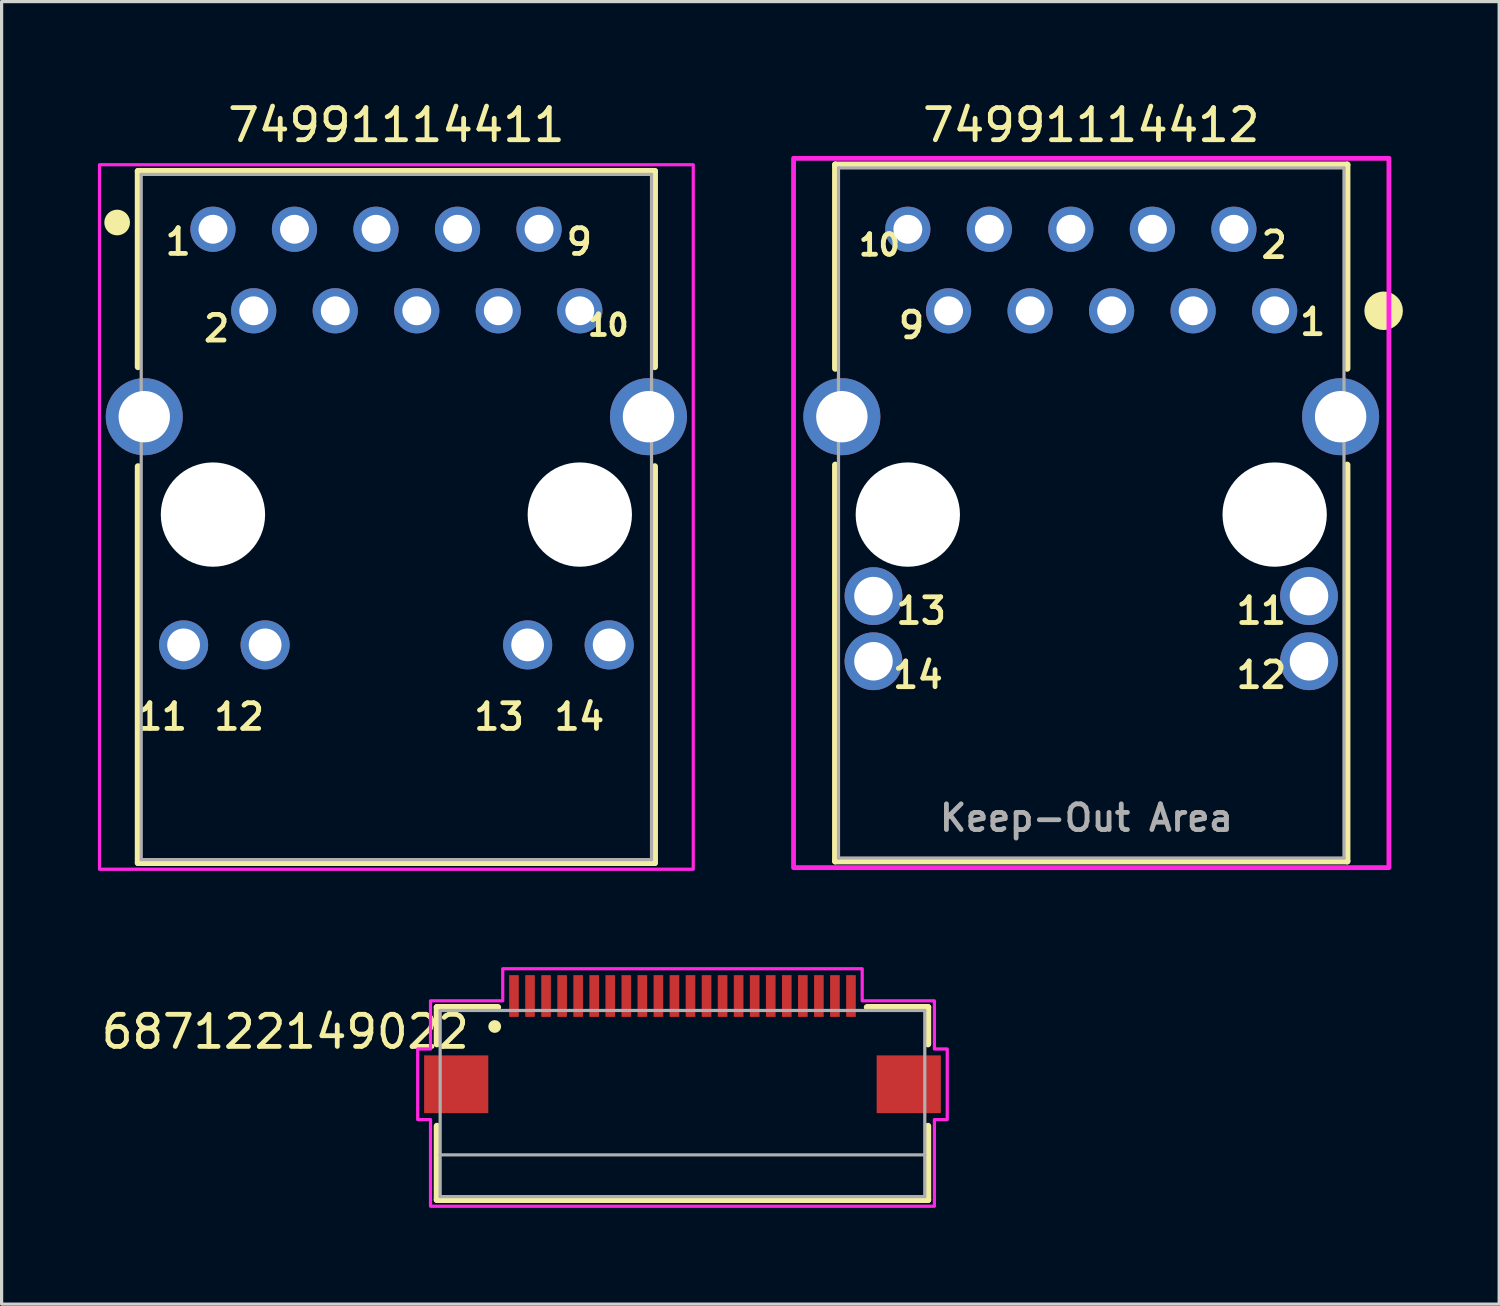
<source format=kicad_pcb>
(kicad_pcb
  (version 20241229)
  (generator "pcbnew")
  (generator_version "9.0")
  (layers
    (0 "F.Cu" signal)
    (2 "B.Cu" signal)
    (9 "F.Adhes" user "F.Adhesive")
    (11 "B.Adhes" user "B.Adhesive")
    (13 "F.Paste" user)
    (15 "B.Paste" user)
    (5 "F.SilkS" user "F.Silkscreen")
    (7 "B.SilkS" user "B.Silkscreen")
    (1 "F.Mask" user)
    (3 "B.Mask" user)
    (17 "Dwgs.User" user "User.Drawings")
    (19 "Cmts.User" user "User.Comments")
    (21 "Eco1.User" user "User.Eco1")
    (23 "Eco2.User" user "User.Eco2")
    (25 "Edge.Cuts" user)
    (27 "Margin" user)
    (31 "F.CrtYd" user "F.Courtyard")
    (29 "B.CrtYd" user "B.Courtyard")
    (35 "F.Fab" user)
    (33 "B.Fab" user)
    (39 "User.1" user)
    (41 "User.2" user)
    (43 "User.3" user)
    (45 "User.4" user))
  (footprint "74991114411"
    (layer "F.Cu")
    (at 9.3 12.983)
    (property "Reference" "74991114411" (at 0 -12.135 0) (layer "F.SilkS") (effects (font (size 1 1) (thickness 0.15))))
    (attr through_hole)
    (fp_line (start -8.05 -10.7) (end 8.05 -10.7) (stroke (width 0.2) (type solid)) (layer "F.SilkS"))
    (fp_line (start -8.05 -4.6) (end -8.05 -10.7) (stroke (width 0.2) (type solid)) (layer "F.SilkS"))
    (fp_line (start -8.05 -1.5) (end -8.05 10.85) (stroke (width 0.2) (type solid)) (layer "F.SilkS"))
    (fp_line (start -8.05 10.85) (end 8.05 10.85) (stroke (width 0.2) (type solid)) (layer "F.SilkS"))
    (fp_line (start 8.05 -10.7) (end 8.05 -4.6) (stroke (width 0.2) (type solid)) (layer "F.SilkS"))
    (fp_line (start 8.05 10.85) (end 8.05 -1.5) (stroke (width 0.2) (type solid)) (layer "F.SilkS"))
    (fp_circle (center -8.7 -9.1) (end -8.5 -9.1) (stroke (width 0.4) (type solid)) (fill no) (layer "F.SilkS"))
    (fp_poly (pts (xy -9.25 -10.9) (xy 9.25 -10.9) (xy 9.25 11.05) (xy -9.25 11.05)) (stroke (width 0.1) (type solid)) (fill no) (layer "F.CrtYd"))
    (fp_line (start -7.95 -10.6) (end -7.95 10.75) (stroke (width 0.1) (type solid)) (layer "F.Fab"))
    (fp_line (start -7.95 10.75) (end 7.95 10.75) (stroke (width 0.1) (type solid)) (layer "F.Fab"))
    (fp_line (start 7.95 -10.6) (end -7.95 -10.6) (stroke (width 0.1) (type solid)) (layer "F.Fab"))
    (fp_line (start 7.95 10.75) (end 7.95 -10.6) (stroke (width 0.1) (type solid)) (layer "F.Fab"))
    (fp_text user "11" (at -7.3 6.3 0) (layer "F.SilkS") (effects (font (size 0.8 0.8) (thickness 0.15))))
    (fp_text user "13" (at 3.2 6.3 0) (layer "F.SilkS") (effects (font (size 0.8 0.8) (thickness 0.15))))
    (fp_text user "9" (at 5.7 -8.5 0) (layer "F.SilkS") (effects (font (size 0.8 0.8) (thickness 0.15))))
    (fp_text user "1" (at -6.8 -8.5 0) (layer "F.SilkS") (effects (font (size 0.8 0.8) (thickness 0.15))))
    (fp_text user "2" (at -5.6 -5.8 0) (layer "F.SilkS") (effects (font (size 0.8 0.8) (thickness 0.15))))
    (fp_text user "10" (at 6.6 -5.9 0) (layer "F.SilkS") (effects (font (size 0.64 0.64) (thickness 0.15))))
    (fp_text user "14" (at 5.7 6.3 0) (layer "F.SilkS") (effects (font (size 0.8 0.8) (thickness 0.15))))
    (fp_text user "12" (at -4.9 6.3 0) (layer "F.SilkS") (effects (font (size 0.8 0.8) (thickness 0.15))))
    (pad "" np_thru_hole circle (at -5.715 0) (size 3.25 3.25) (drill 3.25) (layers "*.Cu" "*.Mask"))
    (pad "" np_thru_hole circle (at 5.715 0) (size 3.25 3.25) (drill 3.25) (layers "*.Cu" "*.Mask"))
    (pad "1" thru_hole circle (at -5.715 -8.89) (size 1.408 1.408) (drill 0.9) (layers "*.Cu" "*.Mask"))
    (pad "2" thru_hole circle (at -4.445 -6.35) (size 1.408 1.408) (drill 0.9) (layers "*.Cu" "*.Mask"))
    (pad "3" thru_hole circle (at -3.175 -8.89) (size 1.408 1.408) (drill 0.9) (layers "*.Cu" "*.Mask"))
    (pad "4" thru_hole circle (at -1.905 -6.35) (size 1.408 1.408) (drill 0.9) (layers "*.Cu" "*.Mask"))
    (pad "5" thru_hole circle (at -0.635 -8.89) (size 1.408 1.408) (drill 0.9) (layers "*.Cu" "*.Mask"))
    (pad "6" thru_hole circle (at 0.635 -6.35) (size 1.408 1.408) (drill 0.9) (layers "*.Cu" "*.Mask"))
    (pad "7" thru_hole circle (at 1.905 -8.89) (size 1.408 1.408) (drill 0.9) (layers "*.Cu" "*.Mask"))
    (pad "8" thru_hole circle (at 3.175 -6.35) (size 1.408 1.408) (drill 0.9) (layers "*.Cu" "*.Mask"))
    (pad "9" thru_hole circle (at 4.445 -8.89) (size 1.408 1.408) (drill 0.9) (layers "*.Cu" "*.Mask"))
    (pad "10" thru_hole circle (at 5.715 -6.35) (size 1.408 1.408) (drill 0.9) (layers "*.Cu" "*.Mask"))
    (pad "11" thru_hole circle (at -6.63 4.06) (size 1.53 1.53) (drill 1.02) (layers "*.Cu" "*.Mask"))
    (pad "12" thru_hole circle (at -4.09 4.06) (size 1.53 1.53) (drill 1.02) (layers "*.Cu" "*.Mask"))
    (pad "13" thru_hole circle (at 4.09 4.06) (size 1.53 1.53) (drill 1.02) (layers "*.Cu" "*.Mask"))
    (pad "14" thru_hole circle (at 6.63 4.06) (size 1.53 1.53) (drill 1.02) (layers "*.Cu" "*.Mask"))
    (pad "S1" thru_hole circle (at -7.855 -3.05) (size 2.4 2.4) (drill 1.6) (layers "*.Cu" "*.Mask"))
    (pad "S2" thru_hole circle (at 7.855 -3.05) (size 2.4 2.4) (drill 1.6) (layers "*.Cu" "*.Mask")))
  (footprint "687122149022"
    (layer "F.Cu")
    (at 18.214 31.333)
    (property "Reference" "687122149022" (at -12.375 -2.235 0) (layer "F.SilkS") (effects (font (size 1 1) (thickness 0.15))))
    (attr smd)
    (fp_line (start -7.65 -3) (end -7.65 -1.85) (stroke (width 0.2) (type solid)) (layer "F.SilkS"))
    (fp_line (start -7.65 0.7) (end -7.65 3) (stroke (width 0.2) (type solid)) (layer "F.SilkS"))
    (fp_line (start -7.65 3) (end 7.65 3) (stroke (width 0.2) (type solid)) (layer "F.SilkS"))
    (fp_line (start -5.75 -3) (end -7.65 -3) (stroke (width 0.2) (type solid)) (layer "F.SilkS"))
    (fp_line (start 5.75 -3) (end 7.65 -3) (stroke (width 0.2) (type solid)) (layer "F.SilkS"))
    (fp_line (start 7.65 -3) (end 7.65 -1.85) (stroke (width 0.2) (type solid)) (layer "F.SilkS"))
    (fp_line (start 7.65 3) (end 7.65 0.7) (stroke (width 0.2) (type solid)) (layer "F.SilkS"))
    (fp_circle (center -5.85 -2.4) (end -5.75 -2.4) (stroke (width 0.2) (type solid)) (fill no) (layer "F.SilkS"))
    (fp_poly (pts (xy -5.6 -4.2) (xy 5.6 -4.2) (xy 5.6 -3.2) (xy 7.85 -3.2) (xy 7.85 -1.7) (xy 8.25 -1.7) (xy 8.25 0.5) (xy 7.85 0.5) (xy 7.85 3.2) (xy -7.85 3.2) (xy -7.85 0.5) (xy -8.25 0.5) (xy -8.25 -1.7) (xy -7.85 -1.7) (xy -7.85 -3.2) (xy -5.6 -3.2)) (stroke (width 0.1) (type solid)) (fill no) (layer "F.CrtYd"))
    (fp_line (start -7.55 -2.9) (end 7.55 -2.9) (stroke (width 0.1) (type solid)) (layer "F.Fab"))
    (fp_line (start -7.55 1.6) (end -7.55 -2.9) (stroke (width 0.1) (type solid)) (layer "F.Fab"))
    (fp_line (start -7.55 1.6) (end 7.55 1.6) (stroke (width 0.1) (type solid)) (layer "F.Fab"))
    (fp_line (start -7.55 2.9) (end -7.55 1.6) (stroke (width 0.1) (type solid)) (layer "F.Fab"))
    (fp_line (start 7.55 -2.9) (end 7.55 1.6) (stroke (width 0.1) (type solid)) (layer "F.Fab"))
    (fp_line (start 7.55 1.6) (end 7.55 2.9) (stroke (width 0.1) (type solid)) (layer "F.Fab"))
    (fp_line (start 7.55 2.9) (end -7.55 2.9) (stroke (width 0.1) (type solid)) (layer "F.Fab"))
    (pad "1" smd rect (at -5.25 -3.35) (size 0.3 1.3) (layers "F.Cu" "F.Mask" "F.Paste"))
    (pad "2" smd rect (at -4.75 -3.35) (size 0.3 1.3) (layers "F.Cu" "F.Mask" "F.Paste"))
    (pad "3" smd rect (at -4.25 -3.35) (size 0.3 1.3) (layers "F.Cu" "F.Mask" "F.Paste"))
    (pad "4" smd rect (at -3.75 -3.35) (size 0.3 1.3) (layers "F.Cu" "F.Mask" "F.Paste"))
    (pad "5" smd rect (at -3.25 -3.35) (size 0.3 1.3) (layers "F.Cu" "F.Mask" "F.Paste"))
    (pad "6" smd rect (at -2.75 -3.35) (size 0.3 1.3) (layers "F.Cu" "F.Mask" "F.Paste"))
    (pad "7" smd rect (at -2.25 -3.35) (size 0.3 1.3) (layers "F.Cu" "F.Mask" "F.Paste"))
    (pad "8" smd rect (at -1.75 -3.35) (size 0.3 1.3) (layers "F.Cu" "F.Mask" "F.Paste"))
    (pad "9" smd rect (at -1.25 -3.35) (size 0.3 1.3) (layers "F.Cu" "F.Mask" "F.Paste"))
    (pad "10" smd rect (at -0.75 -3.35) (size 0.3 1.3) (layers "F.Cu" "F.Mask" "F.Paste"))
    (pad "11" smd rect (at -0.25 -3.35) (size 0.3 1.3) (layers "F.Cu" "F.Mask" "F.Paste"))
    (pad "12" smd rect (at 0.25 -3.35) (size 0.3 1.3) (layers "F.Cu" "F.Mask" "F.Paste"))
    (pad "13" smd rect (at 0.75 -3.35) (size 0.3 1.3) (layers "F.Cu" "F.Mask" "F.Paste"))
    (pad "14" smd rect (at 1.25 -3.35) (size 0.3 1.3) (layers "F.Cu" "F.Mask" "F.Paste"))
    (pad "15" smd rect (at 1.75 -3.35) (size 0.3 1.3) (layers "F.Cu" "F.Mask" "F.Paste"))
    (pad "16" smd rect (at 2.25 -3.35) (size 0.3 1.3) (layers "F.Cu" "F.Mask" "F.Paste"))
    (pad "17" smd rect (at 2.75 -3.35) (size 0.3 1.3) (layers "F.Cu" "F.Mask" "F.Paste"))
    (pad "18" smd rect (at 3.25 -3.35) (size 0.3 1.3) (layers "F.Cu" "F.Mask" "F.Paste"))
    (pad "19" smd rect (at 3.75 -3.35) (size 0.3 1.3) (layers "F.Cu" "F.Mask" "F.Paste"))
    (pad "20" smd rect (at 4.25 -3.35) (size 0.3 1.3) (layers "F.Cu" "F.Mask" "F.Paste"))
    (pad "21" smd rect (at 4.75 -3.35) (size 0.3 1.3) (layers "F.Cu" "F.Mask" "F.Paste"))
    (pad "22" smd rect (at 5.25 -3.35) (size 0.3 1.3) (layers "F.Cu" "F.Mask" "F.Paste"))
    (pad "Z1" smd rect (at -7.05 -0.6) (size 2 1.8) (layers "F.Cu" "F.Mask" "F.Paste"))
    (pad "Z2" smd rect (at 7.05 -0.6) (size 2 1.8) (layers "F.Cu" "F.Mask" "F.Paste")))
  (footprint "74991114412"
    (layer "F.Cu")
    (at 30.95 12.983)
    (property "Reference" "74991114412" (at 0 -12.135 0) (layer "F.SilkS") (effects (font (size 1 1) (thickness 0.15))))
    (attr through_hole)
    (fp_line (start -7.975 -10.9) (end 7.975 -10.9) (stroke (width 0.2) (type solid)) (layer "F.SilkS"))
    (fp_line (start -7.975 -4.55) (end -7.975 -10.9) (stroke (width 0.2) (type solid)) (layer "F.SilkS"))
    (fp_line (start -7.975 -1.55) (end -7.975 10.8) (stroke (width 0.2) (type solid)) (layer "F.SilkS"))
    (fp_line (start -7.975 10.8) (end 7.975 10.8) (stroke (width 0.2) (type solid)) (layer "F.SilkS"))
    (fp_line (start 7.975 -10.9) (end 7.975 -4.55) (stroke (width 0.2) (type solid)) (layer "F.SilkS"))
    (fp_line (start 7.975 10.8) (end 7.975 -1.55) (stroke (width 0.2) (type solid)) (layer "F.SilkS"))
    (fp_circle (center 9.11 -6.35) (end 9.41 -6.35) (stroke (width 0.6) (type solid)) (fill no) (layer "F.SilkS"))
    (fp_poly (pts (xy -9.275 -11.1) (xy 9.275 -11.1) (xy 9.275 11) (xy -9.275 11)) (stroke (width 0.15) (type solid)) (fill no) (layer "F.CrtYd"))
    (fp_line (start -7.875 -10.8) (end -7.875 10.7) (stroke (width 0.1) (type solid)) (layer "F.Fab"))
    (fp_line (start -7.875 10.7) (end 7.875 10.7) (stroke (width 0.1) (type solid)) (layer "F.Fab"))
    (fp_line (start 7.875 -10.8) (end -7.875 -10.8) (stroke (width 0.1) (type solid)) (layer "F.Fab"))
    (fp_line (start 7.875 10.7) (end 7.875 -10.8) (stroke (width 0.1) (type solid)) (layer "F.Fab"))
    (fp_text user "1" (at 6.9 -6 0) (layer "F.SilkS") (effects (font (size 0.8 0.8) (thickness 0.15))))
    (fp_text user "10" (at -6.6 -8.4 0) (layer "F.SilkS") (effects (font (size 0.64 0.64) (thickness 0.15))))
    (fp_text user "12" (at 5.3 5 0) (layer "F.SilkS") (effects (font (size 0.8 0.8) (thickness 0.15))))
    (fp_text user "2" (at 5.7 -8.4 0) (layer "F.SilkS") (effects (font (size 0.8 0.8) (thickness 0.15))))
    (fp_text user "14" (at -5.4 5 0) (layer "F.SilkS") (effects (font (size 0.8 0.8) (thickness 0.15))))
    (fp_text user "9" (at -5.6 -5.9 0) (layer "F.SilkS") (effects (font (size 0.8 0.8) (thickness 0.15))))
    (fp_text user "11" (at 5.3 3 0) (layer "F.SilkS") (effects (font (size 0.8 0.8) (thickness 0.15))))
    (fp_text user "13" (at -5.3 3 0) (layer "F.SilkS") (effects (font (size 0.8 0.8) (thickness 0.15))))
    (fp_text user "Keep-Out Area" (at -0.15 9.45 0) (layer "F.Fab") (effects (font (size 0.8 0.8) (thickness 0.15))))
    (pad "" np_thru_hole circle (at -5.715 0) (size 3.25 3.25) (drill 3.25) (layers "*.Cu" "*.Mask"))
    (pad "" np_thru_hole circle (at 5.715 0) (size 3.25 3.25) (drill 3.25) (layers "*.Cu" "*.Mask"))
    (pad "1" thru_hole circle (at 5.715 -6.35) (size 1.408 1.408) (drill 0.9) (layers "*.Cu" "*.Mask"))
    (pad "2" thru_hole circle (at 4.445 -8.89) (size 1.408 1.408) (drill 0.9) (layers "*.Cu" "*.Mask"))
    (pad "3" thru_hole circle (at 3.175 -6.35) (size 1.408 1.408) (drill 0.9) (layers "*.Cu" "*.Mask"))
    (pad "4" thru_hole circle (at 1.905 -8.89) (size 1.408 1.408) (drill 0.9) (layers "*.Cu" "*.Mask"))
    (pad "5" thru_hole circle (at 0.635 -6.35) (size 1.408 1.408) (drill 0.9) (layers "*.Cu" "*.Mask"))
    (pad "6" thru_hole circle (at -0.635 -8.89) (size 1.408 1.408) (drill 0.9) (layers "*.Cu" "*.Mask"))
    (pad "7" thru_hole circle (at -1.905 -6.35) (size 1.408 1.408) (drill 0.9) (layers "*.Cu" "*.Mask"))
    (pad "8" thru_hole circle (at -3.175 -8.89) (size 1.408 1.408) (drill 0.9) (layers "*.Cu" "*.Mask"))
    (pad "9" thru_hole circle (at -4.445 -6.35) (size 1.408 1.408) (drill 0.9) (layers "*.Cu" "*.Mask"))
    (pad "10" thru_hole circle (at -5.715 -8.89) (size 1.408 1.408) (drill 0.9) (layers "*.Cu" "*.Mask"))
    (pad "11" thru_hole circle (at 6.785 2.54) (size 1.8 1.8) (drill 1.2) (layers "*.Cu" "*.Mask"))
    (pad "12" thru_hole circle (at 6.785 4.57) (size 1.8 1.8) (drill 1.2) (layers "*.Cu" "*.Mask"))
    (pad "13" thru_hole circle (at -6.785 2.54) (size 1.8 1.8) (drill 1.2) (layers "*.Cu" "*.Mask"))
    (pad "14" thru_hole circle (at -6.785 4.57) (size 1.8 1.8) (drill 1.2) (layers "*.Cu" "*.Mask"))
    (pad "S1" thru_hole circle (at -7.77 -3.05) (size 2.4 2.4) (drill 1.6) (layers "*.Cu" "*.Mask"))
    (pad "S2" thru_hole circle (at 7.77 -3.05) (size 2.4 2.4) (drill 1.6) (layers "*.Cu" "*.Mask"))
    (zone (net_name "") (layer "F.Cu") (hatch full 0.508) (connect_pads) (min_thickness 0.1) (filled_areas_thickness no) (keepout (tracks not_allowed) (vias not_allowed) (pads not_allowed) (copperpour not_allowed) (footprints allowed)) (placement (enabled no)) (fill) (polygon (pts (xy 23.945 20.283) (xy 37.955 20.283) (xy 37.955 23.783) (xy 23.945 23.783))))
    (zone (net_name "") (layers "F.Cu" "B.Cu") (hatch full 0.508) (connect_pads) (min_thickness 0.1) (filled_areas_thickness no) (keepout (tracks allowed) (vias not_allowed) (pads allowed) (copperpour allowed) (footprints allowed)) (placement (enabled no)) (fill) (polygon (pts (xy 23.945 20.283) (xy 37.955 20.283) (xy 37.955 23.783) (xy 23.945 23.783)))))
  (gr_rect
    (start -3 -3)
    (end 43.66 37.583)
    (stroke (width 0.1) (type default))
    (fill no)
    (layer "Edge.Cuts")))
</source>
